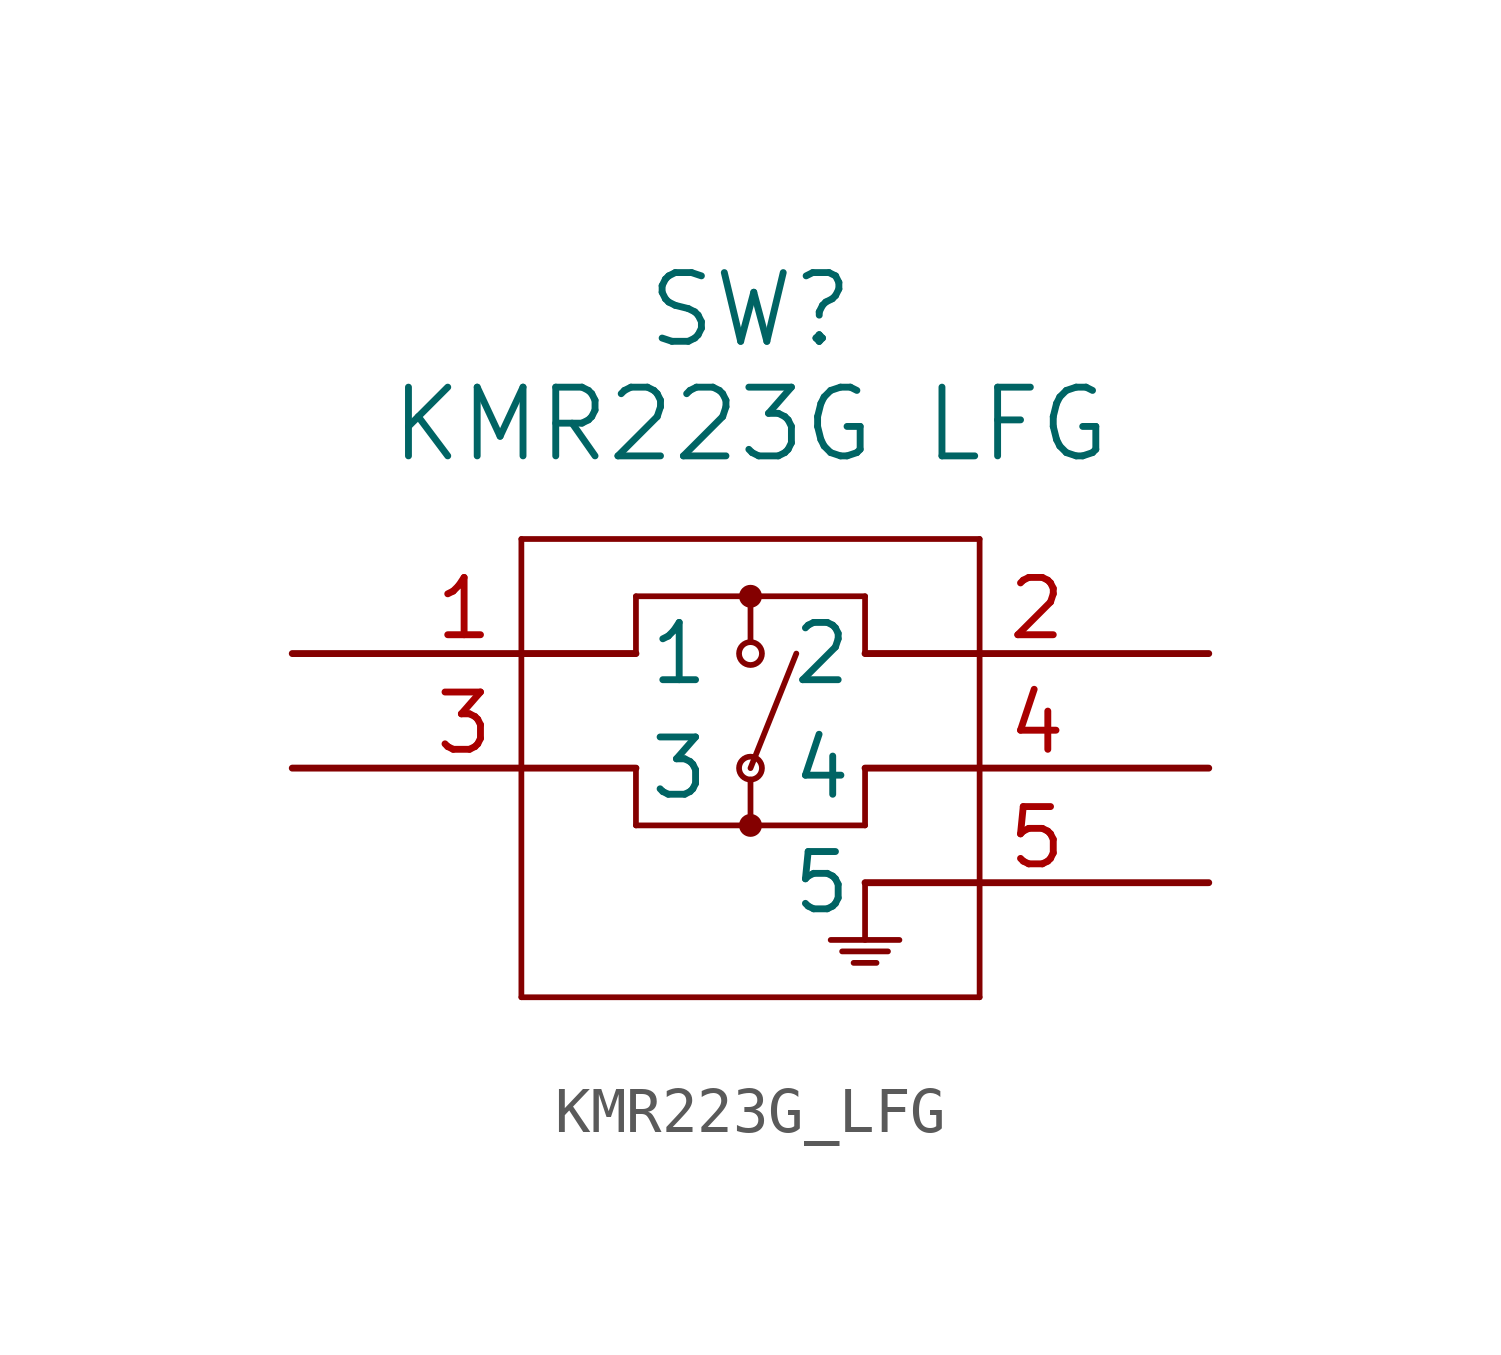
<source format=kicad_sym>
(kicad_symbol_lib
  (version 20241209)
  (generator "kicad_symbol_editor")
  (generator_version "9.0")
  (symbol "KMR223G_LFG"
    (pin_names
      (offset 0.254))
    (property "Reference" "SW"
      (at 12.7 7.62 0)
      (effects (font (size 1.524 1.524))))
    (property "Value" "KMR223G LFG"
      (at 12.7 5.08 0)
      (effects (font (size 1.524 1.524))))
    (property "ki_locked" ""
      (at 0 0 0)
      (effects (font (size 1.27 1.27))))
    (symbol "KMR223G_LFG_0_1"
      (polyline (pts (xy 7.62 2.54) (xy 7.62 -7.62)) (stroke (width 0.127) (type default)) (fill (type none)))
      (polyline (pts (xy 7.62 0) (xy 10.16 0)) (stroke (width 0.127) (type default)) (fill (type none)))
      (polyline (pts (xy 7.62 -7.62) (xy 17.78 -7.62)) (stroke (width 0.127) (type default)) (fill (type none)))
      (polyline (pts (xy 10.16 1.27) (xy 15.24 1.27)) (stroke (width 0.127) (type default)) (fill (type none)))
      (polyline (pts (xy 10.16 0) (xy 10.16 1.27)) (stroke (width 0.127) (type default)) (fill (type none)))
      (polyline (pts (xy 10.16 -2.54) (xy 7.62 -2.54)) (stroke (width 0.127) (type default)) (fill (type none)))
      (polyline (pts (xy 10.16 -3.81) (xy 10.16 -2.54)) (stroke (width 0.127) (type default)) (fill (type none)))
      (polyline (pts (xy 12.7 1.27) (xy 12.7 0.254)) (stroke (width 0.127) (type default)) (fill (type none)))
      (circle (center 12.7 1.27) (radius 0.127) (stroke (width 0.254) (type default)) (fill (type none)))
      (circle (center 12.7 0) (radius 0.254) (stroke (width 0.127) (type default)) (fill (type none)))
      (circle (center 12.7 -2.54) (radius 0.254) (stroke (width 0.127) (type default)) (fill (type none)))
      (polyline (pts (xy 12.7 -2.794) (xy 12.7 -3.81)) (stroke (width 0.127) (type default)) (fill (type none)))
      (circle (center 12.7 -3.81) (radius 0.127) (stroke (width 0.254) (type default)) (fill (type none)))
      (polyline (pts (xy 13.716 0) (xy 12.7 -2.54)) (stroke (width 0.127) (type default)) (fill (type none)))
      (polyline (pts (xy 14.478 -6.35) (xy 16.002 -6.35)) (stroke (width 0.127) (type default)) (fill (type none)))
      (polyline (pts (xy 14.986 -6.858) (xy 15.494 -6.858)) (stroke (width 0.127) (type default)) (fill (type none)))
      (polyline (pts (xy 15.24 1.27) (xy 15.24 0)) (stroke (width 0.127) (type default)) (fill (type none)))
      (polyline (pts (xy 15.24 0) (xy 17.78 0)) (stroke (width 0.127) (type default)) (fill (type none)))
      (polyline (pts (xy 15.24 -2.54) (xy 15.24 -3.81)) (stroke (width 0.127) (type default)) (fill (type none)))
      (polyline (pts (xy 15.24 -3.81) (xy 10.16 -3.81)) (stroke (width 0.127) (type default)) (fill (type none)))
      (polyline (pts (xy 15.24 -5.08) (xy 15.24 -6.35)) (stroke (width 0.127) (type default)) (fill (type none)))
      (polyline (pts (xy 15.748 -6.604) (xy 14.732 -6.604)) (stroke (width 0.127) (type default)) (fill (type none)))
      (polyline (pts (xy 17.78 2.54) (xy 7.62 2.54)) (stroke (width 0.127) (type default)) (fill (type none)))
      (polyline (pts (xy 17.78 -2.54) (xy 15.24 -2.54)) (stroke (width 0.127) (type default)) (fill (type none)))
      (polyline (pts (xy 17.78 -5.08) (xy 15.24 -5.08)) (stroke (width 0.127) (type default)) (fill (type none)))
      (polyline (pts (xy 17.78 -7.62) (xy 17.78 2.54)) (stroke (width 0.127) (type default)) (fill (type none)))
      (pin unspecified line (at 2.54 0 0) (length 7.62) (name "1" (effects (font (size 1.27 1.27)))) (number "1" (effects (font (size 1.27 1.27)))))
      (pin unspecified line (at 2.54 -2.54 0) (length 7.62) (name "3" (effects (font (size 1.27 1.27)))) (number "3" (effects (font (size 1.27 1.27)))))
      (pin unspecified line (at 22.86 0 180) (length 7.62) (name "2" (effects (font (size 1.27 1.27)))) (number "2" (effects (font (size 1.27 1.27)))))
      (pin unspecified line (at 22.86 -2.54 180) (length 7.62) (name "4" (effects (font (size 1.27 1.27)))) (number "4" (effects (font (size 1.27 1.27)))))
      (pin unspecified line (at 22.86 -5.08 180) (length 7.62) (name "5" (effects (font (size 1.27 1.27)))) (number "5" (effects (font (size 1.27 1.27))))))))
</source>
